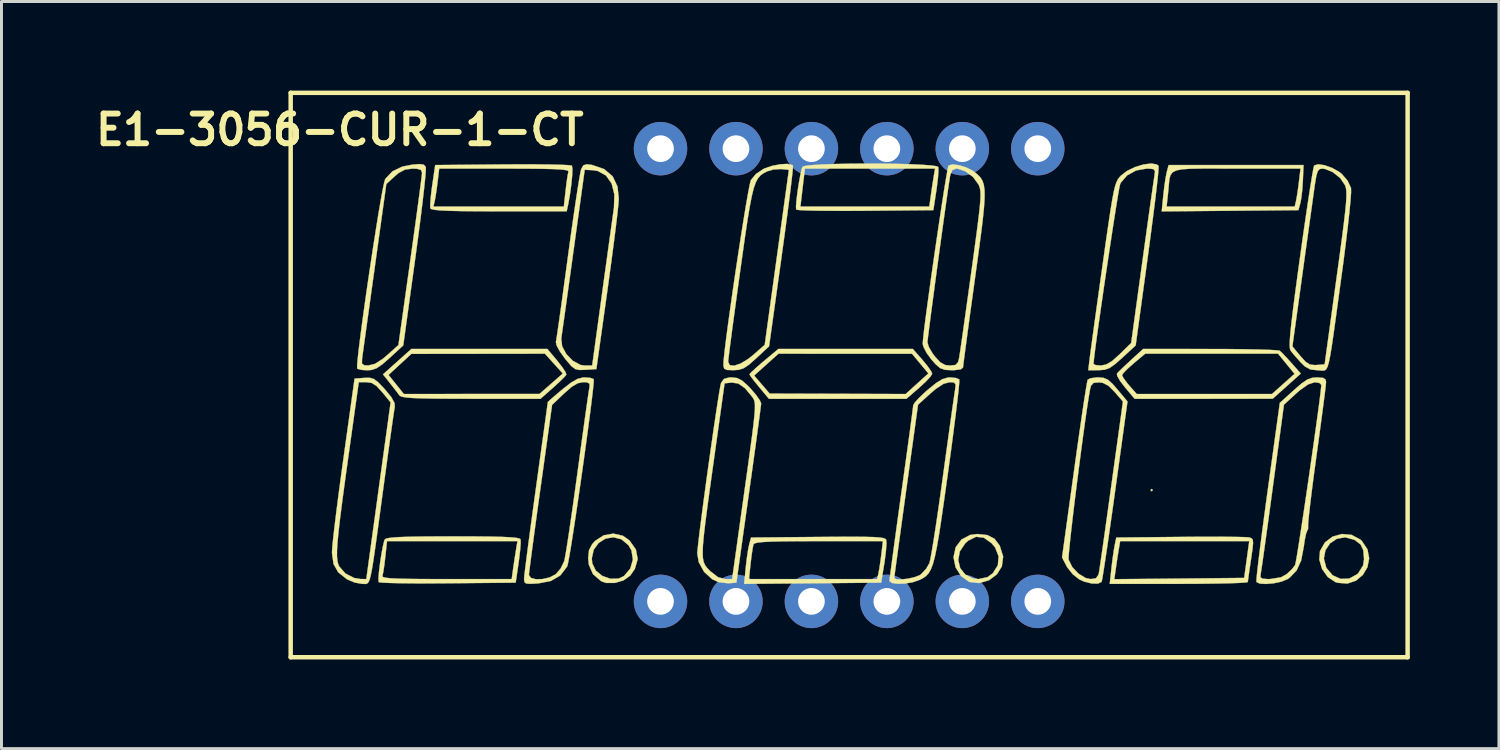
<source format=kicad_pcb>
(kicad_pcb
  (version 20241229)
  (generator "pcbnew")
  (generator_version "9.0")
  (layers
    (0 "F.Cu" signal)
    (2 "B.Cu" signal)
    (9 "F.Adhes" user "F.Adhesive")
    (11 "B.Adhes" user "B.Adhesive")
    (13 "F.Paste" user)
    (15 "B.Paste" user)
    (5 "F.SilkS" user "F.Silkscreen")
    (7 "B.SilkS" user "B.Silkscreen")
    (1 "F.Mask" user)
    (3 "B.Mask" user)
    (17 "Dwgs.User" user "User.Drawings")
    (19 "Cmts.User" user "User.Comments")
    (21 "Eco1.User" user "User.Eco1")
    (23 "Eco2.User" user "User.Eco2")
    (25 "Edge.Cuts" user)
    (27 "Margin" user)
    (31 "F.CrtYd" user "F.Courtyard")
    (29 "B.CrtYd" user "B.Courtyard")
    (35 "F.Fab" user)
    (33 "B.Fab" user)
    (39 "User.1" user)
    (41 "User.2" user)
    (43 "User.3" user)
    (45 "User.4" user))
  (footprint "E1-3056-CUR-1-CT"
    (layer "F.Cu")
    (at 25.535 9.575)
    (property "Reference" "E1-3056-CUR-1-CT" (at -17.145 -8.255 0) (layer "F.SilkS") (effects (font (size 1 1) (thickness 0.2))))
    (attr through_hole)
    (fp_line (start -18.8 -9.5) (end -18.8 9.5) (stroke (width 0.15) (type solid)) (layer "F.SilkS"))
    (fp_line (start -18.8 -9.5) (end 18.8 -9.5) (stroke (width 0.15) (type solid)) (layer "F.SilkS"))
    (fp_line (start -18.8 9.5) (end 18.8 9.5) (stroke (width 0.15) (type solid)) (layer "F.SilkS"))
    (fp_line (start 18.8 -9.5) (end 18.8 9.5) (stroke (width 0.15) (type solid)) (layer "F.SilkS"))
    (fp_poly (pts (xy 10.224 3.874) (xy 10.184 3.914) (xy 10.144 3.874) (xy 10.184 3.834) (xy 10.224 3.874)) (stroke (width 0.01) (type solid)) (fill yes) (layer "F.SilkS"))
    (fp_poly (pts (xy 2.469 -0.508) (xy 2.642 -0.298) (xy 2.76 -0.127) (xy 2.796 -0.044) (xy 2.739 0.051) (xy 2.59 0.213) (xy 2.379 0.409) (xy 2.362 0.424) (xy 1.928 0.799) (xy -2.701 0.799) (xy -3.028 0.408) (xy -3.197 0.2) (xy -3.315 0.043) (xy -3.33 0.017) (xy -3.198 0.017) (xy -2.937 0.321) (xy -2.676 0.625) (xy 1.902 0.639) (xy 2.284 0.293) (xy 2.667 -0.054) (xy 2.392 -0.385) (xy 2.117 -0.716) (xy -0.131 -0.717) (xy -2.379 -0.719) (xy -2.788 -0.351) (xy -3.198 0.017) (xy -3.33 0.017) (xy -3.355 -0.024) (xy -3.298 -0.091) (xy -3.147 -0.232) (xy -2.931 -0.42) (xy -2.868 -0.472) (xy -2.382 -0.879) (xy 2.143 -0.879) (xy 2.469 -0.508)) (stroke (width 0.01) (type solid)) (fill yes) (layer "F.SilkS"))
    (fp_poly (pts (xy 15.275 -6.55) (xy 15.254 -6.235) (xy 15.22 -5.95) (xy 15.19 -5.791) (xy 15.125 -5.551) (xy 12.824 -5.53) (xy 10.523 -5.509) (xy 10.538 -5.671) (xy 10.687 -5.671) (xy 14.999 -5.671) (xy 15.042 -5.851) (xy 15.075 -6.03) (xy 15.115 -6.297) (xy 15.139 -6.49) (xy 15.195 -6.949) (xy 13.034 -6.949) (xy 12.381 -6.951) (xy 11.87 -6.951) (xy 11.483 -6.945) (xy 11.202 -6.925) (xy 11.009 -6.886) (xy 10.886 -6.822) (xy 10.816 -6.727) (xy 10.781 -6.594) (xy 10.763 -6.418) (xy 10.743 -6.193) (xy 10.741 -6.17) (xy 10.687 -5.671) (xy 10.538 -5.671) (xy 10.577 -6.057) (xy 10.614 -6.375) (xy 10.657 -6.661) (xy 10.693 -6.837) (xy 10.755 -7.069) (xy 15.296 -7.069) (xy 15.275 -6.55)) (stroke (width 0.01) (type solid)) (fill yes) (layer "F.SilkS"))
    (fp_poly (pts (xy -9.825 -0.48) (xy -9.658 -0.266) (xy -9.547 -0.097) (xy -9.518 -0.014) (xy -9.588 0.069) (xy -9.745 0.224) (xy -9.957 0.417) (xy -9.967 0.426) (xy -10.389 0.799) (xy -12.723 0.799) (xy -13.418 0.797) (xy -13.969 0.793) (xy -14.393 0.785) (xy -14.704 0.773) (xy -14.919 0.755) (xy -15.053 0.731) (xy -15.124 0.701) (xy -15.137 0.688) (xy -15.233 0.561) (xy -15.382 0.368) (xy -15.454 0.277) (xy -15.677 -0.004) (xy -15.506 -0.004) (xy -14.99 0.639) (xy -12.707 0.637) (xy -10.424 0.636) (xy -10.031 0.292) (xy -9.639 -0.051) (xy -10.242 -0.719) (xy -14.737 -0.713) (xy -15.122 -0.358) (xy -15.506 -0.004) (xy -15.677 -0.004) (xy -15.692 -0.023) (xy -14.737 -0.878) (xy -12.448 -0.878) (xy -10.159 -0.879) (xy -9.825 -0.48)) (stroke (width 0.01) (type solid)) (fill yes) (layer "F.SilkS"))
    (fp_poly (pts (xy -7.618 5.41) (xy -7.398 5.564) (xy -7.179 5.873) (xy -7.118 6.197) (xy -7.215 6.529) (xy -7.369 6.751) (xy -7.594 6.912) (xy -7.889 6.999) (xy -8.184 6.998) (xy -8.347 6.941) (xy -8.623 6.703) (xy -8.763 6.383) (xy -8.784 6.171) (xy -8.663 6.171) (xy -8.648 6.339) (xy -8.53 6.582) (xy -8.311 6.761) (xy -8.04 6.858) (xy -7.765 6.853) (xy -7.581 6.767) (xy -7.367 6.515) (xy -7.28 6.212) (xy -7.328 5.904) (xy -7.429 5.728) (xy -7.667 5.529) (xy -7.936 5.461) (xy -8.202 5.507) (xy -8.433 5.652) (xy -8.598 5.879) (xy -8.663 6.171) (xy -8.784 6.171) (xy -8.784 6.164) (xy -8.758 5.896) (xy -8.651 5.693) (xy -8.553 5.585) (xy -8.264 5.396) (xy -7.938 5.338) (xy -7.618 5.41)) (stroke (width 0.01) (type solid)) (fill yes) (layer "F.SilkS"))
    (fp_poly (pts (xy 4.656 5.388) (xy 4.894 5.511) (xy 5.067 5.741) (xy 5.071 5.749) (xy 5.185 6.109) (xy 5.141 6.442) (xy 4.972 6.711) (xy 4.701 6.912) (xy 4.378 7.003) (xy 4.063 6.969) (xy 4.025 6.954) (xy 3.765 6.764) (xy 3.584 6.475) (xy 3.533 6.227) (xy 3.673 6.227) (xy 3.738 6.499) (xy 3.909 6.717) (xy 4.171 6.848) (xy 4.353 6.869) (xy 4.658 6.804) (xy 4.836 6.673) (xy 5.006 6.404) (xy 5.031 6.103) (xy 4.914 5.805) (xy 4.799 5.665) (xy 4.533 5.475) (xy 4.272 5.445) (xy 4.008 5.575) (xy 3.908 5.665) (xy 3.725 5.938) (xy 3.673 6.227) (xy 3.533 6.227) (xy 3.514 6.139) (xy 3.514 6.133) (xy 3.586 5.797) (xy 3.781 5.538) (xy 4.074 5.384) (xy 4.312 5.352) (xy 4.656 5.388)) (stroke (width 0.01) (type solid)) (fill yes) (layer "F.SilkS"))
    (fp_poly (pts (xy 16.913 5.381) (xy 17.208 5.538) (xy 17.259 5.585) (xy 17.449 5.868) (xy 17.506 6.172) (xy 17.448 6.468) (xy 17.294 6.728) (xy 17.063 6.921) (xy 16.773 7.02) (xy 16.442 6.994) (xy 16.374 6.973) (xy 16.113 6.801) (xy 15.921 6.531) (xy 15.827 6.216) (xy 15.83 6.179) (xy 15.981 6.179) (xy 16.06 6.479) (xy 16.068 6.495) (xy 16.275 6.741) (xy 16.544 6.862) (xy 16.834 6.852) (xy 17.104 6.704) (xy 17.137 6.673) (xy 17.303 6.406) (xy 17.333 6.2) (xy 17.309 5.902) (xy 17.221 5.708) (xy 17.042 5.567) (xy 16.998 5.543) (xy 16.697 5.462) (xy 16.418 5.513) (xy 16.187 5.667) (xy 16.033 5.899) (xy 15.981 6.179) (xy 15.83 6.179) (xy 15.85 5.926) (xy 16.018 5.633) (xy 16.278 5.438) (xy 16.59 5.351) (xy 16.913 5.381)) (stroke (width 0.01) (type solid)) (fill yes) (layer "F.SilkS"))
    (fp_poly (pts (xy 12.157 -0.877) (xy 12.745 -0.875) (xy 13.281 -0.869) (xy 13.744 -0.86) (xy 14.115 -0.849) (xy 14.371 -0.835) (xy 14.492 -0.82) (xy 14.497 -0.817) (xy 14.591 -0.729) (xy 14.749 -0.561) (xy 14.891 -0.404) (xy 15.204 -0.049) (xy 14.731 0.375) (xy 14.258 0.798) (xy 11.934 0.799) (xy 9.61 0.799) (xy 9.285 0.413) (xy 9.124 0.203) (xy 9.027 0.035) (xy 9.021 0.005) (xy 9.186 0.005) (xy 9.234 0.101) (xy 9.358 0.267) (xy 9.433 0.357) (xy 9.681 0.639) (xy 14.232 0.639) (xy 14.613 0.3) (xy 14.994 -0.04) (xy 14.438 -0.719) (xy 9.967 -0.719) (xy 9.576 -0.392) (xy 9.374 -0.212) (xy 9.233 -0.068) (xy 9.186 0.005) (xy 9.021 0.005) (xy 9.013 -0.046) (xy 9.095 -0.134) (xy 9.261 -0.294) (xy 9.475 -0.493) (xy 9.482 -0.499) (xy 9.898 -0.879) (xy 12.157 -0.877)) (stroke (width 0.01) (type solid)) (fill yes) (layer "F.SilkS"))
    (fp_poly (pts (xy 12.72 5.445) (xy 13.091 5.45) (xy 13.348 5.457) (xy 13.466 5.467) (xy 13.545 5.493) (xy 13.588 5.546) (xy 13.598 5.657) (xy 13.578 5.859) (xy 13.531 6.186) (xy 13.528 6.209) (xy 13.48 6.528) (xy 13.444 6.786) (xy 13.423 6.943) (xy 13.421 6.969) (xy 13.344 6.984) (xy 13.127 6.998) (xy 12.79 7.01) (xy 12.353 7.019) (xy 11.835 7.026) (xy 11.257 7.029) (xy 11.096 7.029) (xy 8.773 7.029) (xy 8.79 6.872) (xy 8.927 6.872) (xy 13.298 6.829) (xy 13.469 5.591) (xy 9.123 5.591) (xy 9.079 5.851) (xy 9.039 6.095) (xy 8.994 6.394) (xy 8.981 6.491) (xy 8.927 6.872) (xy 8.79 6.872) (xy 8.828 6.518) (xy 8.866 6.199) (xy 8.909 5.903) (xy 8.938 5.739) (xy 8.992 5.471) (xy 11.146 5.449) (xy 11.724 5.444) (xy 12.256 5.443) (xy 12.72 5.445)) (stroke (width 0.01) (type solid)) (fill yes) (layer "F.SilkS"))
    (fp_poly (pts (xy 0.547 5.447) (xy 0.839 5.455) (xy 1.038 5.47) (xy 1.162 5.491) (xy 1.227 5.52) (xy 1.247 5.547) (xy 1.256 5.677) (xy 1.239 5.918) (xy 1.201 6.226) (xy 1.186 6.327) (xy 1.078 6.989) (xy -1.229 7.01) (xy -3.535 7.031) (xy -3.519 6.869) (xy -3.373 6.869) (xy 0.941 6.869) (xy 0.984 6.689) (xy 1.017 6.511) (xy 1.057 6.244) (xy 1.082 6.05) (xy 1.137 5.591) (xy -1.021 5.591) (xy -1.689 5.593) (xy -2.214 5.598) (xy -2.61 5.607) (xy -2.893 5.621) (xy -3.079 5.641) (xy -3.182 5.667) (xy -3.219 5.697) (xy -3.247 5.827) (xy -3.283 6.064) (xy -3.316 6.336) (xy -3.373 6.869) (xy -3.519 6.869) (xy -3.481 6.483) (xy -3.444 6.165) (xy -3.401 5.879) (xy -3.365 5.703) (xy -3.303 5.471) (xy -1.051 5.45) (xy -0.381 5.445) (xy 0.146 5.443) (xy 0.547 5.447)) (stroke (width 0.01) (type solid)) (fill yes) (layer "F.SilkS"))
    (fp_poly (pts (xy 1.042 -7.117) (xy 1.551 -7.11) (xy 2.021 -7.098) (xy 2.425 -7.081) (xy 2.74 -7.058) (xy 2.94 -7.031) (xy 3 -7.004) (xy 3.007 -6.882) (xy 2.991 -6.645) (xy 2.954 -6.339) (xy 2.938 -6.226) (xy 2.835 -5.551) (xy 0.544 -5.53) (xy -0.044 -5.527) (xy -0.579 -5.528) (xy -1.04 -5.532) (xy -1.407 -5.541) (xy -1.659 -5.552) (xy -1.777 -5.567) (xy -1.782 -5.57) (xy -1.789 -5.671) (xy -1.64 -5.671) (xy 2.698 -5.671) (xy 2.751 -6.05) (xy 2.793 -6.343) (xy 2.837 -6.618) (xy 2.848 -6.689) (xy 2.893 -6.949) (xy -1.489 -6.949) (xy -1.565 -6.31) (xy -1.64 -5.671) (xy -1.789 -5.671) (xy -1.789 -5.677) (xy -1.772 -5.895) (xy -1.737 -6.176) (xy -1.691 -6.476) (xy -1.641 -6.747) (xy -1.594 -6.944) (xy -1.569 -7.01) (xy -1.473 -7.042) (xy -1.243 -7.068) (xy -0.904 -7.089) (xy -0.481 -7.104) (xy 0.000286 -7.114) (xy 0.516 -7.118) (xy 1.042 -7.117)) (stroke (width 0.01) (type solid)) (fill yes) (layer "F.SilkS"))
    (fp_poly (pts (xy -10.543 -7.092) (xy -10.08 -7.087) (xy -9.712 -7.079) (xy -9.457 -7.066) (xy -9.338 -7.051) (xy -9.333 -7.049) (xy -9.315 -6.945) (xy -9.323 -6.725) (xy -9.351 -6.428) (xy -9.396 -6.095) (xy -9.454 -5.764) (xy -9.47 -5.691) (xy -9.508 -5.511) (xy -11.785 -5.511) (xy -12.485 -5.513) (xy -13.039 -5.518) (xy -13.461 -5.528) (xy -13.764 -5.542) (xy -13.962 -5.562) (xy -14.069 -5.587) (xy -14.098 -5.611) (xy -14.101 -5.671) (xy -13.995 -5.671) (xy -9.604 -5.671) (xy -9.546 -6.204) (xy -9.511 -6.492) (xy -9.476 -6.724) (xy -9.449 -6.843) (xy -9.462 -6.875) (xy -9.54 -6.9) (xy -9.698 -6.919) (xy -9.952 -6.933) (xy -10.315 -6.942) (xy -10.804 -6.947) (xy -11.434 -6.949) (xy -11.604 -6.949) (xy -13.8 -6.949) (xy -13.855 -6.49) (xy -13.893 -6.203) (xy -13.932 -5.957) (xy -13.953 -5.851) (xy -13.995 -5.671) (xy -14.101 -5.671) (xy -14.103 -5.732) (xy -14.086 -5.967) (xy -14.051 -6.273) (xy -14.034 -6.39) (xy -13.935 -7.069) (xy -11.665 -7.09) (xy -11.078 -7.093) (xy -10.543 -7.092)) (stroke (width 0.01) (type solid)) (fill yes) (layer "F.SilkS"))
    (fp_poly (pts (xy -12.639 5.433) (xy -12.092 5.438) (xy -11.677 5.448) (xy -11.381 5.463) (xy -11.189 5.483) (xy -11.087 5.509) (xy -11.062 5.531) (xy -11.057 5.652) (xy -11.074 5.887) (xy -11.11 6.193) (xy -11.126 6.31) (xy -11.225 6.989) (xy -13.515 7.01) (xy -14.103 7.014) (xy -14.638 7.013) (xy -15.098 7.008) (xy -15.465 7) (xy -15.716 6.988) (xy -15.833 6.974) (xy -15.838 6.97) (xy -15.846 6.86) (xy -15.838 6.763) (xy -15.712 6.763) (xy -15.698 6.795) (xy -15.62 6.821) (xy -15.462 6.84) (xy -15.209 6.853) (xy -14.845 6.862) (xy -14.356 6.867) (xy -13.726 6.869) (xy -13.556 6.869) (xy -11.36 6.869) (xy -11.307 6.49) (xy -11.264 6.197) (xy -11.221 5.922) (xy -11.209 5.851) (xy -11.165 5.591) (xy -15.557 5.591) (xy -15.614 6.124) (xy -15.649 6.413) (xy -15.685 6.644) (xy -15.712 6.763) (xy -15.838 6.763) (xy -15.829 6.641) (xy -15.795 6.357) (xy -15.75 6.057) (xy -15.701 5.787) (xy -15.655 5.593) (xy -15.631 5.531) (xy -15.571 5.5) (xy -15.428 5.476) (xy -15.189 5.457) (xy -14.838 5.444) (xy -14.363 5.436) (xy -13.75 5.432) (xy -13.332 5.431) (xy -12.639 5.433)) (stroke (width 0.01) (type solid)) (fill yes) (layer "F.SilkS"))
    (fp_poly (pts (xy -16.001 0.132) (xy -15.859 0.239) (xy -15.667 0.439) (xy -15.627 0.483) (xy -15.409 0.749) (xy -15.304 0.942) (xy -15.295 1.066) (xy -15.315 1.185) (xy -15.353 1.441) (xy -15.406 1.816) (xy -15.473 2.291) (xy -15.549 2.844) (xy -15.633 3.456) (xy -15.695 3.914) (xy -15.801 4.7) (xy -15.888 5.342) (xy -15.959 5.855) (xy -16.017 6.253) (xy -16.066 6.55) (xy -16.108 6.762) (xy -16.147 6.902) (xy -16.187 6.984) (xy -16.231 7.023) (xy -16.281 7.034) (xy -16.341 7.031) (xy -16.401 7.029) (xy -16.647 6.985) (xy -16.895 6.881) (xy -16.904 6.876) (xy -17.198 6.642) (xy -17.358 6.362) (xy -17.393 6.106) (xy -17.241 6.106) (xy -17.226 6.258) (xy -17.198 6.37) (xy -17.167 6.441) (xy -16.958 6.68) (xy -16.662 6.832) (xy -16.454 6.866) (xy -16.254 6.869) (xy -15.845 3.895) (xy -15.436 0.921) (xy -15.715 0.58) (xy -15.909 0.369) (xy -16.073 0.266) (xy -16.251 0.24) (xy -16.508 0.24) (xy -16.851 2.696) (xy -16.968 3.539) (xy -17.062 4.238) (xy -17.135 4.809) (xy -17.188 5.267) (xy -17.223 5.626) (xy -17.24 5.901) (xy -17.241 6.106) (xy -17.393 6.106) (xy -17.409 5.992) (xy -17.409 5.953) (xy -17.398 5.778) (xy -17.366 5.468) (xy -17.317 5.043) (xy -17.253 4.525) (xy -17.177 3.936) (xy -17.091 3.298) (xy -17.027 2.836) (xy -16.649 0.12) (xy -16.323 0.096) (xy -16.141 0.092) (xy -16.001 0.132)) (stroke (width 0.01) (type solid)) (fill yes) (layer "F.SilkS"))
    (fp_poly (pts (xy -8.653 -7.072) (xy -8.246 -6.932) (xy -7.961 -6.69) (xy -7.797 -6.343) (xy -7.754 -5.935) (xy -7.766 -5.764) (xy -7.798 -5.457) (xy -7.848 -5.036) (xy -7.913 -4.522) (xy -7.989 -3.938) (xy -8.075 -3.304) (xy -8.134 -2.875) (xy -8.509 -0.2) (xy -8.877 -0.176) (xy -9.079 -0.17) (xy -9.22 -0.201) (xy -9.348 -0.297) (xy -9.51 -0.484) (xy -9.576 -0.567) (xy -9.741 -0.798) (xy -9.847 -0.995) (xy -9.872 -1.111) (xy -9.853 -1.217) (xy -9.852 -1.225) (xy -9.692 -1.225) (xy -9.661 -0.966) (xy -9.518 -0.702) (xy -9.301 -0.479) (xy -9.05 -0.342) (xy -8.912 -0.319) (xy -8.65 -0.319) (xy -8.313 -2.776) (xy -8.227 -3.405) (xy -8.144 -4) (xy -8.07 -4.54) (xy -8.006 -4.999) (xy -7.956 -5.356) (xy -7.924 -5.585) (xy -7.917 -5.632) (xy -7.903 -6.08) (xy -7.995 -6.447) (xy -8.185 -6.716) (xy -8.462 -6.869) (xy -8.637 -6.897) (xy -8.902 -6.909) (xy -9.277 -4.193) (xy -9.367 -3.542) (xy -9.452 -2.932) (xy -9.528 -2.384) (xy -9.593 -1.917) (xy -9.645 -1.553) (xy -9.679 -1.312) (xy -9.692 -1.225) (xy -9.852 -1.225) (xy -9.816 -1.464) (xy -9.763 -1.83) (xy -9.697 -2.297) (xy -9.622 -2.846) (xy -9.538 -3.459) (xy -9.466 -3.994) (xy -9.377 -4.647) (xy -9.291 -5.255) (xy -9.211 -5.8) (xy -9.141 -6.26) (xy -9.083 -6.618) (xy -9.04 -6.852) (xy -9.019 -6.938) (xy -8.946 -7.06) (xy -8.832 -7.095) (xy -8.653 -7.072)) (stroke (width 0.01) (type solid)) (fill yes) (layer "F.SilkS"))
    (fp_poly (pts (xy -1.922 -7.076) (xy -1.891 -7.049) (xy -1.894 -6.959) (xy -1.917 -6.728) (xy -1.958 -6.375) (xy -2.015 -5.916) (xy -2.086 -5.37) (xy -2.169 -4.753) (xy -2.261 -4.084) (xy -2.275 -3.978) (xy -2.695 -0.967) (xy -3.125 -0.567) (xy -3.367 -0.352) (xy -3.548 -0.23) (xy -3.716 -0.175) (xy -3.894 -0.163) (xy -4.108 -0.171) (xy -4.207 -0.216) (xy -4.233 -0.32) (xy -4.233 -0.345) (xy -4.227 -0.448) (xy -4.074 -0.448) (xy -4.018 -0.332) (xy -3.868 -0.315) (xy -3.651 -0.388) (xy -3.393 -0.545) (xy -3.238 -0.669) (xy -2.842 -1.016) (xy -2.028 -6.909) (xy -2.291 -6.934) (xy -2.549 -6.919) (xy -2.768 -6.854) (xy -2.885 -6.792) (xy -2.984 -6.72) (xy -3.068 -6.623) (xy -3.143 -6.485) (xy -3.211 -6.291) (xy -3.277 -6.026) (xy -3.346 -5.673) (xy -3.421 -5.218) (xy -3.507 -4.644) (xy -3.607 -3.936) (xy -3.673 -3.463) (xy -3.765 -2.798) (xy -3.849 -2.181) (xy -3.924 -1.629) (xy -3.986 -1.161) (xy -4.033 -0.795) (xy -4.063 -0.551) (xy -4.074 -0.448) (xy -4.227 -0.448) (xy -4.222 -0.525) (xy -4.189 -0.833) (xy -4.138 -1.246) (xy -4.072 -1.743) (xy -3.994 -2.302) (xy -3.909 -2.902) (xy -3.818 -3.521) (xy -3.725 -4.137) (xy -3.634 -4.728) (xy -3.547 -5.273) (xy -3.468 -5.75) (xy -3.4 -6.138) (xy -3.347 -6.413) (xy -3.311 -6.556) (xy -3.307 -6.565) (xy -3.136 -6.769) (xy -2.875 -6.942) (xy -2.85 -6.954) (xy -2.597 -7.041) (xy -2.324 -7.094) (xy -2.083 -7.108) (xy -1.922 -7.076)) (stroke (width 0.01) (type solid)) (fill yes) (layer "F.SilkS"))
    (fp_poly (pts (xy -14.319 -7.081) (xy -14.255 -7.01) (xy -14.251 -7) (xy -14.25 -6.893) (xy -14.27 -6.647) (xy -14.308 -6.279) (xy -14.362 -5.809) (xy -14.43 -5.254) (xy -14.511 -4.633) (xy -14.601 -3.964) (xy -14.605 -3.934) (xy -15.01 -0.998) (xy -15.465 -0.579) (xy -15.72 -0.357) (xy -15.91 -0.228) (xy -16.077 -0.171) (xy -16.223 -0.16) (xy -16.427 -0.174) (xy -16.55 -0.21) (xy -16.56 -0.22) (xy -16.563 -0.321) (xy -16.557 -0.386) (xy -16.4 -0.386) (xy -16.322 -0.329) (xy -16.181 -0.323) (xy -15.961 -0.377) (xy -15.702 -0.543) (xy -15.554 -0.668) (xy -15.173 -1.009) (xy -14.776 -3.839) (xy -14.684 -4.498) (xy -14.599 -5.11) (xy -14.525 -5.657) (xy -14.463 -6.119) (xy -14.416 -6.478) (xy -14.387 -6.715) (xy -14.378 -6.809) (xy -14.413 -6.902) (xy -14.545 -6.943) (xy -14.698 -6.949) (xy -14.951 -6.917) (xy -15.169 -6.8) (xy -15.299 -6.689) (xy -15.58 -6.43) (xy -15.974 -3.594) (xy -16.066 -2.931) (xy -16.152 -2.31) (xy -16.23 -1.752) (xy -16.296 -1.276) (xy -16.348 -0.901) (xy -16.383 -0.647) (xy -16.397 -0.539) (xy -16.4 -0.386) (xy -16.557 -0.386) (xy -16.543 -0.559) (xy -16.503 -0.912) (xy -16.447 -1.361) (xy -16.377 -1.884) (xy -16.297 -2.46) (xy -16.21 -3.068) (xy -16.118 -3.688) (xy -16.025 -4.299) (xy -15.934 -4.88) (xy -15.849 -5.409) (xy -15.771 -5.866) (xy -15.705 -6.231) (xy -15.652 -6.481) (xy -15.618 -6.597) (xy -15.617 -6.599) (xy -15.374 -6.857) (xy -15.038 -7.018) (xy -14.709 -7.082) (xy -14.457 -7.102) (xy -14.319 -7.081)) (stroke (width 0.01) (type solid)) (fill yes) (layer "F.SilkS"))
    (fp_poly (pts (xy 8.565 0.095) (xy 8.711 0.158) (xy 8.868 0.298) (xy 9.031 0.485) (xy 9.37 0.891) (xy 8.956 3.891) (xy 8.862 4.566) (xy 8.773 5.192) (xy 8.693 5.75) (xy 8.622 6.224) (xy 8.565 6.594) (xy 8.524 6.845) (xy 8.501 6.957) (xy 8.5 6.96) (xy 8.377 7.022) (xy 8.164 7.017) (xy 7.911 6.953) (xy 7.751 6.882) (xy 7.531 6.71) (xy 7.345 6.478) (xy 7.322 6.437) (xy 7.197 6.197) (xy 7.386 6.197) (xy 7.387 6.215) (xy 7.51 6.463) (xy 7.718 6.684) (xy 7.962 6.833) (xy 8.131 6.869) (xy 8.309 6.841) (xy 8.391 6.724) (xy 8.409 6.65) (xy 8.43 6.52) (xy 8.469 6.253) (xy 8.525 5.867) (xy 8.594 5.382) (xy 8.673 4.819) (xy 8.76 4.196) (xy 8.834 3.661) (xy 9.217 0.893) (xy 8.942 0.573) (xy 8.73 0.362) (xy 8.54 0.263) (xy 8.413 0.246) (xy 8.229 0.264) (xy 8.142 0.359) (xy 8.115 0.459) (xy 8.072 0.698) (xy 8.017 1.053) (xy 7.952 1.5) (xy 7.88 2.018) (xy 7.804 2.585) (xy 7.727 3.178) (xy 7.651 3.775) (xy 7.579 4.354) (xy 7.515 4.892) (xy 7.461 5.368) (xy 7.419 5.759) (xy 7.393 6.043) (xy 7.386 6.197) (xy 7.197 6.197) (xy 7.167 6.139) (xy 7.576 3.185) (xy 7.669 2.515) (xy 7.758 1.894) (xy 7.838 1.34) (xy 7.908 0.872) (xy 7.966 0.507) (xy 8.007 0.262) (xy 8.029 0.157) (xy 8.03 0.155) (xy 8.133 0.107) (xy 8.33 0.081) (xy 8.384 0.08) (xy 8.565 0.095)) (stroke (width 0.01) (type solid)) (fill yes) (layer "F.SilkS"))
    (fp_poly (pts (xy -3.772 0.101) (xy -3.607 0.184) (xy -3.414 0.355) (xy -3.314 0.459) (xy -3.131 0.673) (xy -3.004 0.855) (xy -2.962 0.958) (xy -2.974 1.062) (xy -3.006 1.306) (xy -3.054 1.672) (xy -3.118 2.141) (xy -3.194 2.695) (xy -3.28 3.316) (xy -3.374 3.985) (xy -3.381 4.034) (xy -3.795 6.989) (xy -4.074 7.011) (xy -4.401 6.969) (xy -4.609 6.875) (xy -4.883 6.626) (xy -5.061 6.303) (xy -5.112 6.019) (xy -5.109 5.973) (xy -4.931 5.973) (xy -4.923 6.159) (xy -4.896 6.296) (xy -4.85 6.4) (xy -4.788 6.486) (xy -4.708 6.57) (xy -4.681 6.598) (xy -4.414 6.805) (xy -4.174 6.869) (xy -3.939 6.869) (xy -3.525 3.909) (xy -3.418 3.148) (xy -3.333 2.528) (xy -3.267 2.035) (xy -3.219 1.651) (xy -3.188 1.362) (xy -3.173 1.151) (xy -3.172 1.002) (xy -3.184 0.899) (xy -3.207 0.826) (xy -3.241 0.767) (xy -3.264 0.734) (xy -3.507 0.442) (xy -3.728 0.287) (xy -3.953 0.252) (xy -3.967 0.254) (xy -4.193 0.28) (xy -4.567 2.955) (xy -4.68 3.763) (xy -4.771 4.428) (xy -4.841 4.966) (xy -4.891 5.392) (xy -4.921 5.723) (xy -4.931 5.973) (xy -5.109 5.973) (xy -5.101 5.866) (xy -5.07 5.583) (xy -5.023 5.192) (xy -4.962 4.717) (xy -4.891 4.178) (xy -4.813 3.6) (xy -4.731 3.005) (xy -4.647 2.415) (xy -4.567 1.853) (xy -4.491 1.342) (xy -4.424 0.904) (xy -4.369 0.561) (xy -4.329 0.337) (xy -4.31 0.26) (xy -4.214 0.13) (xy -4.037 0.082) (xy -3.953 0.08) (xy -3.772 0.101)) (stroke (width 0.01) (type solid)) (fill yes) (layer "F.SilkS"))
    (fp_poly (pts (xy 10.359 -7.089) (xy 10.418 -7.039) (xy 10.417 -6.946) (xy 10.396 -6.713) (xy 10.357 -6.358) (xy 10.303 -5.897) (xy 10.234 -5.35) (xy 10.154 -4.733) (xy 10.065 -4.065) (xy 10.054 -3.983) (xy 9.646 -0.998) (xy 9.196 -0.582) (xy 8.95 -0.365) (xy 8.768 -0.238) (xy 8.604 -0.179) (xy 8.411 -0.163) (xy 8.398 -0.163) (xy 8.049 -0.16) (xy 8.075 -0.374) (xy 8.227 -0.374) (xy 8.297 -0.336) (xy 8.465 -0.32) (xy 8.473 -0.319) (xy 8.655 -0.355) (xy 8.856 -0.475) (xy 9.106 -0.699) (xy 9.494 -1.078) (xy 9.862 -3.754) (xy 9.951 -4.401) (xy 10.035 -5.007) (xy 10.111 -5.552) (xy 10.176 -6.014) (xy 10.228 -6.374) (xy 10.263 -6.61) (xy 10.275 -6.689) (xy 10.296 -6.858) (xy 10.251 -6.931) (xy 10.101 -6.948) (xy 10.013 -6.949) (xy 9.661 -6.887) (xy 9.357 -6.721) (xy 9.149 -6.479) (xy 9.121 -6.419) (xy 9.096 -6.308) (xy 9.052 -6.06) (xy 8.993 -5.697) (xy 8.921 -5.242) (xy 8.84 -4.716) (xy 8.753 -4.141) (xy 8.663 -3.539) (xy 8.573 -2.932) (xy 8.488 -2.341) (xy 8.409 -1.789) (xy 8.34 -1.297) (xy 8.285 -0.887) (xy 8.247 -0.582) (xy 8.228 -0.402) (xy 8.227 -0.374) (xy 8.075 -0.374) (xy 8.105 -0.619) (xy 8.13 -0.808) (xy 8.174 -1.133) (xy 8.234 -1.571) (xy 8.307 -2.1) (xy 8.39 -2.697) (xy 8.48 -3.34) (xy 8.542 -3.777) (xy 8.644 -4.503) (xy 8.729 -5.087) (xy 8.798 -5.547) (xy 8.856 -5.9) (xy 8.906 -6.164) (xy 8.952 -6.354) (xy 8.997 -6.488) (xy 9.044 -6.584) (xy 9.098 -6.657) (xy 9.149 -6.713) (xy 9.359 -6.874) (xy 9.628 -7.003) (xy 9.913 -7.089) (xy 10.171 -7.121) (xy 10.359 -7.089)) (stroke (width 0.01) (type solid)) (fill yes) (layer "F.SilkS"))
    (fp_poly (pts (xy 15.953 0.095) (xy 16.041 0.154) (xy 16.055 0.235) (xy 16.044 0.352) (xy 16.014 0.605) (xy 15.967 0.974) (xy 15.906 1.437) (xy 15.834 1.974) (xy 15.754 2.562) (xy 15.732 2.721) (xy 15.651 3.312) (xy 15.581 3.851) (xy 15.524 4.318) (xy 15.481 4.692) (xy 15.455 4.955) (xy 15.449 5.084) (xy 15.452 5.094) (xy 15.45 5.185) (xy 15.426 5.224) (xy 15.38 5.347) (xy 15.334 5.573) (xy 15.305 5.778) (xy 15.217 6.241) (xy 15.063 6.58) (xy 14.829 6.822) (xy 14.753 6.872) (xy 14.553 6.954) (xy 14.296 7.01) (xy 14.034 7.033) (xy 13.821 7.02) (xy 13.71 6.968) (xy 13.712 6.877) (xy 13.719 6.801) (xy 13.845 6.801) (xy 13.906 6.853) (xy 14.077 6.869) (xy 14.165 6.869) (xy 14.539 6.808) (xy 14.727 6.703) (xy 14.897 6.546) (xy 15.011 6.4) (xy 15.011 6.399) (xy 15.034 6.301) (xy 15.076 6.065) (xy 15.133 5.714) (xy 15.202 5.269) (xy 15.281 4.752) (xy 15.366 4.184) (xy 15.454 3.586) (xy 15.541 2.98) (xy 15.626 2.388) (xy 15.704 1.83) (xy 15.773 1.329) (xy 15.83 0.906) (xy 15.87 0.582) (xy 15.892 0.378) (xy 15.895 0.328) (xy 15.826 0.265) (xy 15.675 0.243) (xy 15.452 0.314) (xy 15.16 0.522) (xy 15.046 0.622) (xy 14.637 0.998) (xy 14.265 3.754) (xy 14.177 4.406) (xy 14.094 5.014) (xy 14.019 5.557) (xy 13.955 6.016) (xy 13.904 6.372) (xy 13.869 6.605) (xy 13.855 6.689) (xy 13.845 6.801) (xy 13.719 6.801) (xy 13.734 6.647) (xy 13.775 6.293) (xy 13.831 5.834) (xy 13.901 5.289) (xy 13.983 4.673) (xy 14.073 4.006) (xy 14.085 3.922) (xy 14.498 0.937) (xy 14.97 0.509) (xy 15.229 0.285) (xy 15.42 0.154) (xy 15.586 0.093) (xy 15.748 0.08) (xy 15.953 0.095)) (stroke (width 0.01) (type solid)) (fill yes) (layer "F.SilkS"))
    (fp_poly (pts (xy 16.006 -7.063) (xy 16.258 -6.972) (xy 16.496 -6.839) (xy 16.581 -6.773) (xy 16.778 -6.545) (xy 16.891 -6.305) (xy 16.896 -6.282) (xy 16.897 -6.142) (xy 16.877 -5.865) (xy 16.839 -5.47) (xy 16.784 -4.977) (xy 16.715 -4.407) (xy 16.635 -3.779) (xy 16.577 -3.353) (xy 16.468 -2.554) (xy 16.379 -1.9) (xy 16.306 -1.375) (xy 16.246 -0.966) (xy 16.196 -0.658) (xy 16.151 -0.437) (xy 16.109 -0.29) (xy 16.065 -0.202) (xy 16.017 -0.159) (xy 15.96 -0.147) (xy 15.892 -0.152) (xy 15.809 -0.159) (xy 15.782 -0.16) (xy 15.533 -0.185) (xy 15.345 -0.286) (xy 15.208 -0.419) (xy 15.034 -0.614) (xy 14.893 -0.78) (xy 14.865 -0.816) (xy 14.841 -0.874) (xy 14.832 -0.965) (xy 14.922 -0.965) (xy 15.189 -0.641) (xy 15.366 -0.446) (xy 15.512 -0.354) (xy 15.68 -0.335) (xy 15.731 -0.338) (xy 16.007 -0.359) (xy 16.404 -3.244) (xy 16.509 -4.006) (xy 16.592 -4.627) (xy 16.655 -5.122) (xy 16.7 -5.507) (xy 16.728 -5.801) (xy 16.74 -6.017) (xy 16.739 -6.174) (xy 16.725 -6.287) (xy 16.7 -6.373) (xy 16.694 -6.388) (xy 16.528 -6.633) (xy 16.281 -6.832) (xy 16.011 -6.94) (xy 15.924 -6.949) (xy 15.836 -6.933) (xy 15.774 -6.862) (xy 15.727 -6.706) (xy 15.681 -6.431) (xy 15.666 -6.33) (xy 15.633 -6.09) (xy 15.581 -5.718) (xy 15.515 -5.242) (xy 15.438 -4.687) (xy 15.353 -4.081) (xy 15.266 -3.45) (xy 15.251 -3.338) (xy 14.922 -0.965) (xy 14.832 -0.965) (xy 14.83 -0.981) (xy 14.833 -1.15) (xy 14.851 -1.396) (xy 14.886 -1.733) (xy 14.939 -2.176) (xy 15.011 -2.738) (xy 15.105 -3.435) (xy 15.179 -3.971) (xy 15.273 -4.648) (xy 15.364 -5.275) (xy 15.447 -5.835) (xy 15.52 -6.31) (xy 15.58 -6.683) (xy 15.625 -6.936) (xy 15.652 -7.05) (xy 15.655 -7.054) (xy 15.788 -7.095) (xy 16.006 -7.063)) (stroke (width 0.01) (type solid)) (fill yes) (layer "F.SilkS"))
    (fp_poly (pts (xy -8.711 0.096) (xy -8.602 0.136) (xy -8.598 0.141) (xy -8.599 0.234) (xy -8.621 0.464) (xy -8.661 0.811) (xy -8.716 1.253) (xy -8.784 1.77) (xy -8.861 2.34) (xy -8.944 2.942) (xy -9.031 3.557) (xy -9.119 4.163) (xy -9.204 4.739) (xy -9.284 5.264) (xy -9.355 5.718) (xy -9.416 6.079) (xy -9.462 6.327) (xy -9.49 6.441) (xy -9.491 6.443) (xy -9.723 6.746) (xy -10.041 6.932) (xy -10.465 7.014) (xy -10.729 7.029) (xy -10.872 7.018) (xy -10.931 6.969) (xy -10.943 6.869) (xy -10.943 6.859) (xy -10.932 6.738) (xy -10.931 6.729) (xy -10.781 6.729) (xy -10.715 6.828) (xy -10.546 6.874) (xy -10.32 6.868) (xy -10.083 6.813) (xy -9.882 6.709) (xy -9.877 6.705) (xy -9.713 6.515) (xy -9.594 6.27) (xy -9.587 6.246) (xy -9.557 6.097) (xy -9.509 5.811) (xy -9.447 5.409) (xy -9.373 4.911) (xy -9.291 4.339) (xy -9.204 3.713) (xy -9.144 3.275) (xy -9.057 2.632) (xy -8.975 2.034) (xy -8.901 1.501) (xy -8.838 1.052) (xy -8.789 0.708) (xy -8.755 0.489) (xy -8.743 0.419) (xy -8.737 0.294) (xy -8.822 0.246) (xy -8.95 0.24) (xy -9.134 0.275) (xy -9.338 0.395) (xy -9.598 0.622) (xy -9.598 0.622) (xy -10 1.005) (xy -10.389 3.797) (xy -10.48 4.451) (xy -10.563 5.059) (xy -10.636 5.601) (xy -10.697 6.058) (xy -10.743 6.412) (xy -10.772 6.643) (xy -10.781 6.729) (xy -10.931 6.729) (xy -10.901 6.478) (xy -10.853 6.098) (xy -10.79 5.618) (xy -10.715 5.056) (xy -10.63 4.431) (xy -10.543 3.8) (xy -10.452 3.143) (xy -10.368 2.537) (xy -10.294 2.002) (xy -10.232 1.554) (xy -10.185 1.211) (xy -10.154 0.991) (xy -10.144 0.911) (xy -10.087 0.855) (xy -9.937 0.723) (xy -9.722 0.54) (xy -9.658 0.486) (xy -9.368 0.26) (xy -9.147 0.132) (xy -8.96 0.082) (xy -8.904 0.08) (xy -8.711 0.096)) (stroke (width 0.01) (type solid)) (fill yes) (layer "F.SilkS"))
    (fp_poly (pts (xy 3.592 0.099) (xy 3.705 0.146) (xy 3.709 0.151) (xy 3.708 0.244) (xy 3.687 0.477) (xy 3.647 0.833) (xy 3.591 1.295) (xy 3.521 1.845) (xy 3.44 2.465) (xy 3.348 3.138) (xy 3.327 3.29) (xy 3.212 4.11) (xy 3.115 4.786) (xy 3.032 5.334) (xy 2.957 5.769) (xy 2.888 6.106) (xy 2.821 6.359) (xy 2.75 6.544) (xy 2.673 6.676) (xy 2.585 6.769) (xy 2.483 6.839) (xy 2.362 6.901) (xy 2.36 6.902) (xy 2.135 6.977) (xy 1.876 7.019) (xy 1.63 7.027) (xy 1.442 7) (xy 1.359 6.936) (xy 1.358 6.927) (xy 1.368 6.832) (xy 1.518 6.832) (xy 1.586 6.876) (xy 1.757 6.881) (xy 1.979 6.855) (xy 2.204 6.805) (xy 2.378 6.736) (xy 2.415 6.712) (xy 2.591 6.523) (xy 2.702 6.333) (xy 2.733 6.202) (xy 2.782 5.933) (xy 2.846 5.547) (xy 2.921 5.063) (xy 3.004 4.502) (xy 3.092 3.884) (xy 3.154 3.435) (xy 3.243 2.787) (xy 3.327 2.181) (xy 3.402 1.637) (xy 3.467 1.174) (xy 3.519 0.815) (xy 3.553 0.579) (xy 3.566 0.499) (xy 3.585 0.322) (xy 3.533 0.252) (xy 3.384 0.241) (xy 3.18 0.294) (xy 2.924 0.461) (xy 2.737 0.62) (xy 2.319 0.998) (xy 1.918 3.897) (xy 1.827 4.558) (xy 1.743 5.168) (xy 1.669 5.71) (xy 1.607 6.165) (xy 1.559 6.515) (xy 1.529 6.743) (xy 1.518 6.832) (xy 1.518 6.832) (xy 1.368 6.832) (xy 1.369 6.827) (xy 1.399 6.587) (xy 1.447 6.226) (xy 1.51 5.762) (xy 1.585 5.214) (xy 1.669 4.6) (xy 1.757 3.97) (xy 1.849 3.31) (xy 1.933 2.699) (xy 2.008 2.155) (xy 2.07 1.696) (xy 2.117 1.341) (xy 2.147 1.108) (xy 2.157 1.016) (xy 2.214 0.921) (xy 2.365 0.757) (xy 2.58 0.554) (xy 2.643 0.499) (xy 2.926 0.27) (xy 3.139 0.139) (xy 3.32 0.085) (xy 3.397 0.08) (xy 3.592 0.099)) (stroke (width 0.01) (type solid)) (fill yes) (layer "F.SilkS"))
    (fp_poly (pts (xy 3.699 -7.064) (xy 3.945 -6.988) (xy 4.164 -6.876) (xy 4.204 -6.847) (xy 4.322 -6.751) (xy 4.416 -6.655) (xy 4.487 -6.545) (xy 4.534 -6.403) (xy 4.559 -6.214) (xy 4.56 -5.961) (xy 4.539 -5.63) (xy 4.495 -5.203) (xy 4.428 -4.665) (xy 4.339 -4) (xy 4.235 -3.248) (xy 4.144 -2.583) (xy 4.059 -1.967) (xy 3.985 -1.418) (xy 3.923 -0.954) (xy 3.875 -0.593) (xy 3.845 -0.354) (xy 3.834 -0.254) (xy 3.834 -0.254) (xy 3.759 -0.192) (xy 3.545 -0.164) (xy 3.455 -0.162) (xy 3.226 -0.175) (xy 3.066 -0.231) (xy 2.912 -0.362) (xy 2.776 -0.515) (xy 2.61 -0.74) (xy 2.502 -0.948) (xy 2.476 -1.052) (xy 2.48 -1.095) (xy 2.636 -1.095) (xy 2.683 -0.944) (xy 2.804 -0.737) (xy 2.882 -0.631) (xy 3.066 -0.43) (xy 3.232 -0.338) (xy 3.392 -0.319) (xy 3.579 -0.339) (xy 3.666 -0.431) (xy 3.703 -0.579) (xy 3.725 -0.719) (xy 3.766 -0.997) (xy 3.822 -1.391) (xy 3.892 -1.881) (xy 3.971 -2.447) (xy 4.057 -3.067) (xy 4.116 -3.492) (xy 4.215 -4.214) (xy 4.293 -4.794) (xy 4.352 -5.252) (xy 4.392 -5.603) (xy 4.416 -5.865) (xy 4.424 -6.057) (xy 4.418 -6.195) (xy 4.4 -6.296) (xy 4.371 -6.379) (xy 4.357 -6.411) (xy 4.173 -6.665) (xy 3.917 -6.858) (xy 3.647 -6.947) (xy 3.606 -6.949) (xy 3.477 -6.902) (xy 3.406 -6.739) (xy 3.396 -6.689) (xy 3.367 -6.507) (xy 3.322 -6.201) (xy 3.264 -5.793) (xy 3.195 -5.307) (xy 3.12 -4.765) (xy 3.041 -4.19) (xy 2.961 -3.604) (xy 2.884 -3.03) (xy 2.812 -2.49) (xy 2.748 -2.007) (xy 2.696 -1.604) (xy 2.658 -1.304) (xy 2.638 -1.128) (xy 2.636 -1.095) (xy 2.48 -1.095) (xy 2.488 -1.203) (xy 2.519 -1.482) (xy 2.567 -1.867) (xy 2.63 -2.337) (xy 2.703 -2.871) (xy 2.784 -3.448) (xy 2.869 -4.046) (xy 2.957 -4.644) (xy 3.042 -5.22) (xy 3.123 -5.753) (xy 3.196 -6.223) (xy 3.259 -6.607) (xy 3.307 -6.884) (xy 3.339 -7.033) (xy 3.347 -7.053) (xy 3.48 -7.09) (xy 3.699 -7.064)) (stroke (width 0.01) (type solid)) (fill yes) (layer "F.SilkS"))
    (pad "1" thru_hole circle (at -6.35 7.62) (size 1.8 1.8) (drill 0.9) (layers "*.Cu" "*.Mask"))
    (pad "2" thru_hole circle (at -3.81 7.62) (size 1.8 1.8) (drill 0.9) (layers "*.Cu" "*.Mask"))
    (pad "3" thru_hole circle (at -1.27 7.62) (size 1.8 1.8) (drill 0.9) (layers "*.Cu" "*.Mask"))
    (pad "4" thru_hole circle (at 1.27 7.62) (size 1.8 1.8) (drill 0.9) (layers "*.Cu" "*.Mask"))
    (pad "5" thru_hole circle (at 3.81 7.62) (size 1.8 1.8) (drill 0.9) (layers "*.Cu" "*.Mask"))
    (pad "6" thru_hole circle (at 6.35 7.62) (size 1.8 1.8) (drill 0.9) (layers "*.Cu" "*.Mask"))
    (pad "7" thru_hole circle (at 6.35 -7.62) (size 1.8 1.8) (drill 0.9) (layers "*.Cu" "*.Mask"))
    (pad "8" thru_hole circle (at 3.81 -7.62) (size 1.8 1.8) (drill 0.9) (layers "*.Cu" "*.Mask"))
    (pad "9" thru_hole circle (at 1.27 -7.62) (size 1.8 1.8) (drill 0.9) (layers "*.Cu" "*.Mask"))
    (pad "10" thru_hole circle (at -1.27 -7.62) (size 1.8 1.8) (drill 0.9) (layers "*.Cu" "*.Mask"))
    (pad "11" thru_hole circle (at -3.81 -7.62) (size 1.8 1.8) (drill 0.9) (layers "*.Cu" "*.Mask"))
    (pad "12" thru_hole circle (at -6.35 -7.62) (size 1.8 1.8) (drill 0.9) (layers "*.Cu" "*.Mask")))
  (gr_rect
    (start -3 -3)
    (end 47.41 22.15)
    (stroke (width 0.1) (type default))
    (fill no)
    (layer "Edge.Cuts")))
</source>
